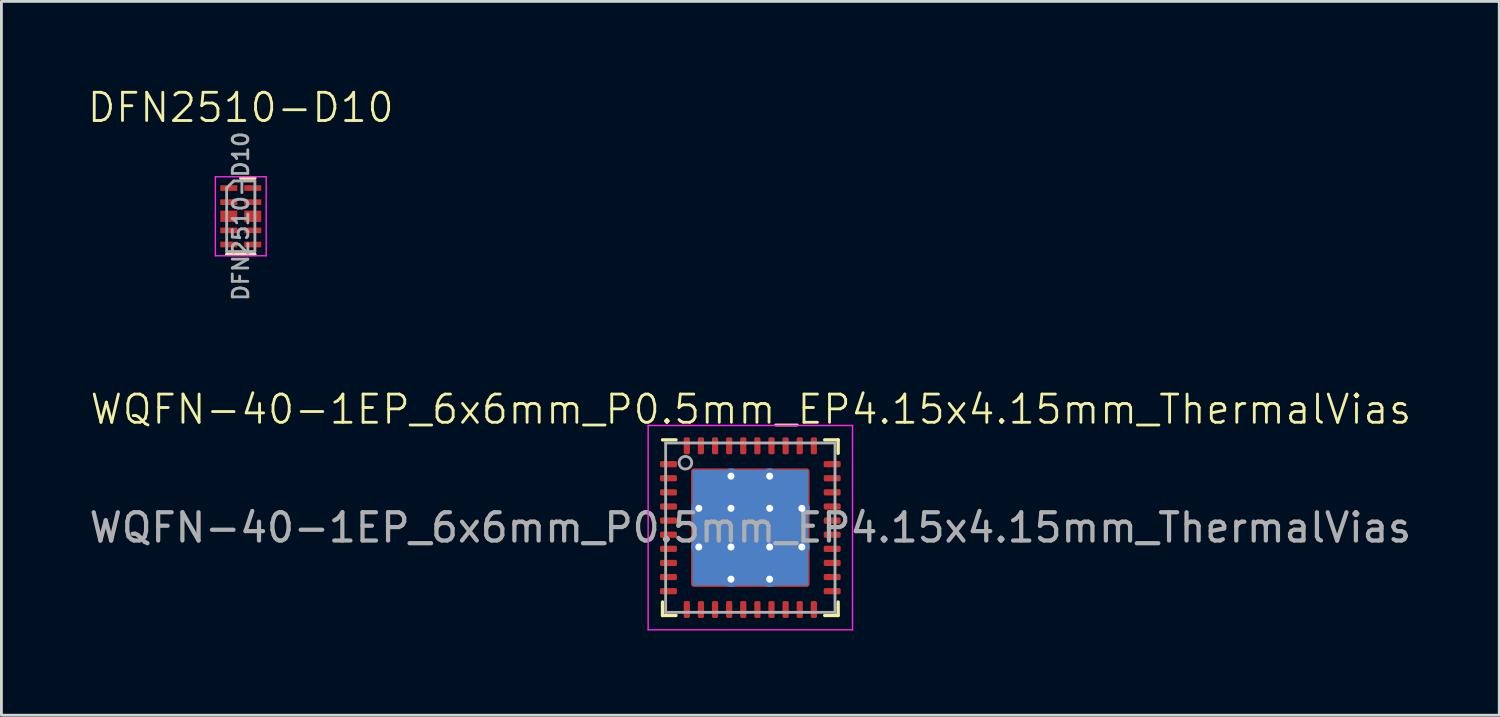
<source format=kicad_pcb>
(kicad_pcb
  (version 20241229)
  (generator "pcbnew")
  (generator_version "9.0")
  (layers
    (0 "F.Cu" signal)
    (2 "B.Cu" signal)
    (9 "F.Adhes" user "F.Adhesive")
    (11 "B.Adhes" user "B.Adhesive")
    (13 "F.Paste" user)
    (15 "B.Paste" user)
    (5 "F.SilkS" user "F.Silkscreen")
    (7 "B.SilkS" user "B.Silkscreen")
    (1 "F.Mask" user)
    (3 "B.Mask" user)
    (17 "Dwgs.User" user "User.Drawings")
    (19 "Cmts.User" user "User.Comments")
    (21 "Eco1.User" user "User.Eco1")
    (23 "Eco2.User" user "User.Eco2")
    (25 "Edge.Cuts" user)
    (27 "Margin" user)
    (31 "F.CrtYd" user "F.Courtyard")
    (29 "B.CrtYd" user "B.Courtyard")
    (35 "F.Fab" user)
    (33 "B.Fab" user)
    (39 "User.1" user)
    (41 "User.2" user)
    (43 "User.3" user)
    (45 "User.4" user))
  (footprint "WQFN-40-1EP_6x6mm_P0.5mm_EP4.15x4.15mm_ThermalVias"
    (layer "F.Cu")
    (at 23.53 15.642)
    (property "Reference" "WQFN-40-1EP_6x6mm_P0.5mm_EP4.15x4.15mm_ThermalVias" (at 0.02 -4.19 0) (unlocked yes) (layer "F.SilkS") (effects (font (size 1 1) (thickness 0.1))))
    (attr smd)
    (fp_line (start -3.11 3.11) (end -3.11 2.635) (stroke (width 0.12) (type solid)) (layer "F.SilkS"))
    (fp_line (start -2.635 -3.11) (end -3.11 -3.11) (stroke (width 0.12) (type solid)) (layer "F.SilkS"))
    (fp_line (start -2.635 3.11) (end -3.11 3.11) (stroke (width 0.12) (type solid)) (layer "F.SilkS"))
    (fp_line (start 2.635 -3.11) (end 3.11 -3.11) (stroke (width 0.12) (type solid)) (layer "F.SilkS"))
    (fp_line (start 2.635 3.11) (end 3.11 3.11) (stroke (width 0.12) (type solid)) (layer "F.SilkS"))
    (fp_line (start 3.11 -3.11) (end 3.11 -2.635) (stroke (width 0.12) (type solid)) (layer "F.SilkS"))
    (fp_line (start 3.11 3.11) (end 3.11 2.635) (stroke (width 0.12) (type solid)) (layer "F.SilkS"))
    (fp_line (start -3.62 -3.62) (end -3.62 3.62) (stroke (width 0.05) (type solid)) (layer "F.CrtYd"))
    (fp_line (start -3.62 3.62) (end 3.62 3.62) (stroke (width 0.05) (type solid)) (layer "F.CrtYd"))
    (fp_line (start 3.62 -3.62) (end -3.62 -3.62) (stroke (width 0.05) (type solid)) (layer "F.CrtYd"))
    (fp_line (start 3.62 3.62) (end 3.62 -3.62) (stroke (width 0.05) (type solid)) (layer "F.CrtYd"))
    (fp_line (start -3 -3) (end 3 -3) (stroke (width 0.1) (type solid)) (layer "F.Fab"))
    (fp_line (start -3 3) (end -3 -3) (stroke (width 0.1) (type solid)) (layer "F.Fab"))
    (fp_line (start 3 -3) (end 3 3) (stroke (width 0.1) (type solid)) (layer "F.Fab"))
    (fp_line (start 3 3) (end -3 3) (stroke (width 0.1) (type solid)) (layer "F.Fab"))
    (fp_circle (center -2.3 -2.3) (end -2.076 -2.3) (stroke (width 0.1) (type solid)) (fill no) (layer "F.Fab"))
    (fp_text user "${REFERENCE}" (at 0 0 0) (unlocked yes) (layer "F.Fab") (effects (font (size 1 1) (thickness 0.15))))
    (pad "" smd roundrect (at -1.37 -1.37) (size 1.15 1.15) (layers "F.Paste") (roundrect_rratio 0.2))
    (pad "" smd roundrect (at -1.37 0) (size 1.17 1.17) (layers "F.Paste") (roundrect_rratio 0.2))
    (pad "" smd roundrect (at -1.37 1.37) (size 1.15 1.15) (layers "F.Paste") (roundrect_rratio 0.2))
    (pad "" smd roundrect (at 0 -1.37) (size 1.15 1.15) (layers "F.Paste") (roundrect_rratio 0.2))
    (pad "" smd roundrect (at 0 0) (size 1.15 1.15) (layers "F.Paste") (roundrect_rratio 0.2))
    (pad "" smd roundrect (at 0 1.37) (size 1.15 1.15) (layers "F.Paste") (roundrect_rratio 0.2))
    (pad "" smd roundrect (at 1.37 -1.37) (size 1.15 1.15) (layers "F.Paste") (roundrect_rratio 0.2))
    (pad "" smd roundrect (at 1.37 0) (size 1.15 1.15) (layers "F.Paste") (roundrect_rratio 0.2))
    (pad "" smd roundrect (at 1.37 1.37) (size 1.15 1.15) (layers "F.Paste") (roundrect_rratio 0.2))
    (pad "1" smd roundrect (at -2.9 -2.25) (size 0.6 0.22) (layers "F.Cu" "F.Mask" "F.Paste") (roundrect_rratio 0.25))
    (pad "2" smd roundrect (at -2.9 -1.75) (size 0.6 0.22) (layers "F.Cu" "F.Mask" "F.Paste") (roundrect_rratio 0.25))
    (pad "3" smd roundrect (at -2.9 -1.25) (size 0.6 0.22) (layers "F.Cu" "F.Mask" "F.Paste") (roundrect_rratio 0.25))
    (pad "4" smd roundrect (at -2.9 -0.75) (size 0.6 0.22) (layers "F.Cu" "F.Mask" "F.Paste") (roundrect_rratio 0.25))
    (pad "5" smd roundrect (at -2.9 -0.25) (size 0.6 0.22) (layers "F.Cu" "F.Mask" "F.Paste") (roundrect_rratio 0.25))
    (pad "6" smd roundrect (at -2.9 0.25) (size 0.6 0.22) (layers "F.Cu" "F.Mask" "F.Paste") (roundrect_rratio 0.25))
    (pad "7" smd roundrect (at -2.9 0.75) (size 0.6 0.22) (layers "F.Cu" "F.Mask" "F.Paste") (roundrect_rratio 0.25))
    (pad "8" smd roundrect (at -2.9 1.25) (size 0.6 0.22) (layers "F.Cu" "F.Mask" "F.Paste") (roundrect_rratio 0.25))
    (pad "9" smd roundrect (at -2.9 1.75) (size 0.6 0.22) (layers "F.Cu" "F.Mask" "F.Paste") (roundrect_rratio 0.25))
    (pad "10" smd roundrect (at -2.9 2.25) (size 0.6 0.22) (layers "F.Cu" "F.Mask" "F.Paste") (roundrect_rratio 0.25))
    (pad "11" smd roundrect (at -2.25 2.9) (size 0.22 0.6) (layers "F.Cu" "F.Mask" "F.Paste") (roundrect_rratio 0.25))
    (pad "12" smd roundrect (at -1.75 2.9) (size 0.22 0.6) (layers "F.Cu" "F.Mask" "F.Paste") (roundrect_rratio 0.25))
    (pad "13" smd roundrect (at -1.25 2.9) (size 0.22 0.6) (layers "F.Cu" "F.Mask" "F.Paste") (roundrect_rratio 0.25))
    (pad "14" smd roundrect (at -0.75 2.9) (size 0.22 0.6) (layers "F.Cu" "F.Mask" "F.Paste") (roundrect_rratio 0.25))
    (pad "15" smd roundrect (at -0.25 2.9) (size 0.22 0.6) (layers "F.Cu" "F.Mask" "F.Paste") (roundrect_rratio 0.25))
    (pad "16" smd roundrect (at 0.25 2.9) (size 0.22 0.6) (layers "F.Cu" "F.Mask" "F.Paste") (roundrect_rratio 0.25))
    (pad "17" smd roundrect (at 0.75 2.9) (size 0.22 0.6) (layers "F.Cu" "F.Mask" "F.Paste") (roundrect_rratio 0.25))
    (pad "18" smd roundrect (at 1.25 2.9) (size 0.22 0.6) (layers "F.Cu" "F.Mask" "F.Paste") (roundrect_rratio 0.25))
    (pad "19" smd roundrect (at 1.75 2.9) (size 0.22 0.6) (layers "F.Cu" "F.Mask" "F.Paste") (roundrect_rratio 0.25))
    (pad "20" smd roundrect (at 2.25 2.9) (size 0.22 0.6) (layers "F.Cu" "F.Mask" "F.Paste") (roundrect_rratio 0.25))
    (pad "21" smd roundrect (at 2.9 2.25) (size 0.6 0.22) (layers "F.Cu" "F.Mask" "F.Paste") (roundrect_rratio 0.25))
    (pad "22" smd roundrect (at 2.9 1.75) (size 0.6 0.22) (layers "F.Cu" "F.Mask" "F.Paste") (roundrect_rratio 0.25))
    (pad "23" smd roundrect (at 2.9 1.25) (size 0.6 0.22) (layers "F.Cu" "F.Mask" "F.Paste") (roundrect_rratio 0.25))
    (pad "24" smd roundrect (at 2.9 0.75) (size 0.6 0.22) (layers "F.Cu" "F.Mask" "F.Paste") (roundrect_rratio 0.25))
    (pad "25" smd roundrect (at 2.9 0.25) (size 0.6 0.22) (layers "F.Cu" "F.Mask" "F.Paste") (roundrect_rratio 0.25))
    (pad "26" smd roundrect (at 2.9 -0.25) (size 0.6 0.22) (layers "F.Cu" "F.Mask" "F.Paste") (roundrect_rratio 0.25))
    (pad "27" smd roundrect (at 2.9 -0.75) (size 0.6 0.22) (layers "F.Cu" "F.Mask" "F.Paste") (roundrect_rratio 0.25))
    (pad "28" smd roundrect (at 2.9 -1.25) (size 0.6 0.22) (layers "F.Cu" "F.Mask" "F.Paste") (roundrect_rratio 0.25))
    (pad "29" smd roundrect (at 2.9 -1.75) (size 0.6 0.22) (layers "F.Cu" "F.Mask" "F.Paste") (roundrect_rratio 0.25))
    (pad "30" smd roundrect (at 2.9 -2.25) (size 0.6 0.22) (layers "F.Cu" "F.Mask" "F.Paste") (roundrect_rratio 0.25))
    (pad "31" smd roundrect (at 2.25 -2.9) (size 0.22 0.6) (layers "F.Cu" "F.Mask" "F.Paste") (roundrect_rratio 0.25))
    (pad "32" smd roundrect (at 1.75 -2.9) (size 0.22 0.6) (layers "F.Cu" "F.Mask" "F.Paste") (roundrect_rratio 0.25))
    (pad "33" smd roundrect (at 1.25 -2.9) (size 0.22 0.6) (layers "F.Cu" "F.Mask" "F.Paste") (roundrect_rratio 0.25))
    (pad "34" smd roundrect (at 0.75 -2.9) (size 0.22 0.6) (layers "F.Cu" "F.Mask" "F.Paste") (roundrect_rratio 0.25))
    (pad "35" smd roundrect (at 0.25 -2.9) (size 0.22 0.6) (layers "F.Cu" "F.Mask" "F.Paste") (roundrect_rratio 0.25))
    (pad "36" smd roundrect (at -0.25 -2.9) (size 0.22 0.6) (layers "F.Cu" "F.Mask" "F.Paste") (roundrect_rratio 0.25))
    (pad "37" smd roundrect (at -0.75 -2.9) (size 0.22 0.6) (layers "F.Cu" "F.Mask" "F.Paste") (roundrect_rratio 0.25))
    (pad "38" smd roundrect (at -1.25 -2.9) (size 0.22 0.6) (layers "F.Cu" "F.Mask" "F.Paste") (roundrect_rratio 0.25))
    (pad "39" smd roundrect (at -1.75 -2.9) (size 0.22 0.6) (layers "F.Cu" "F.Mask" "F.Paste") (roundrect_rratio 0.25))
    (pad "40" smd roundrect (at -2.25 -2.9) (size 0.22 0.6) (layers "F.Cu" "F.Mask" "F.Paste") (roundrect_rratio 0.25))
    (pad "41" thru_hole circle (at -1.825 -0.685) (size 0.55 0.55) (drill 0.25) (layers "*.Cu"))
    (pad "41" thru_hole circle (at -1.825 0.685) (size 0.55 0.55) (drill 0.25) (layers "*.Cu"))
    (pad "41" thru_hole circle (at -0.685 -1.825) (size 0.55 0.55) (drill 0.25) (layers "*.Cu"))
    (pad "41" thru_hole circle (at -0.685 -0.685) (size 0.55 0.55) (drill 0.25) (layers "*.Cu"))
    (pad "41" thru_hole circle (at -0.685 0.685) (size 0.55 0.55) (drill 0.25) (layers "*.Cu"))
    (pad "41" thru_hole circle (at -0.685 1.825) (size 0.55 0.55) (drill 0.25) (layers "*.Cu"))
    (pad "41" smd rect (at 0 0) (size 4.1 4.1) (layers "B.Cu"))
    (pad "41" smd roundrect (at 0 0) (size 4.2 4.2) (layers "F.Cu" "F.Mask") (roundrect_rratio 0.025))
    (pad "41" thru_hole circle (at 0.685 -1.825) (size 0.55 0.55) (drill 0.25) (layers "*.Cu"))
    (pad "41" thru_hole circle (at 0.685 -0.685) (size 0.55 0.55) (drill 0.25) (layers "*.Cu"))
    (pad "41" thru_hole circle (at 0.685 0.685) (size 0.55 0.55) (drill 0.25) (layers "*.Cu"))
    (pad "41" thru_hole circle (at 0.685 1.825) (size 0.55 0.55) (drill 0.25) (layers "*.Cu"))
    (pad "41" thru_hole circle (at 1.825 -0.685) (size 0.55 0.55) (drill 0.25) (layers "*.Cu"))
    (pad "41" thru_hole circle (at 1.825 0.685) (size 0.55 0.55) (drill 0.25) (layers "*.Cu")))
  (footprint "DFN2510-D10"
    (layer "F.Cu")
    (at 5.479 4.611)
    (property "Reference" "DFN2510-D10" (at 0 -3.85 0) (unlocked yes) (layer "F.SilkS") (effects (font (size 1 1) (thickness 0.1))))
    (attr smd)
    (fp_line (start 0.5 -1.35) (end 0 -1.35) (stroke (width 0.12) (type solid)) (layer "F.SilkS"))
    (fp_line (start 0.5 1.35) (end -0.5 1.35) (stroke (width 0.12) (type solid)) (layer "F.SilkS"))
    (fp_line (start -0.9 -1.4) (end 0.9 -1.4) (stroke (width 0.05) (type solid)) (layer "F.CrtYd"))
    (fp_line (start -0.9 1.4) (end -0.9 -1.4) (stroke (width 0.05) (type solid)) (layer "F.CrtYd"))
    (fp_line (start 0.9 -1.4) (end 0.9 1.4) (stroke (width 0.05) (type solid)) (layer "F.CrtYd"))
    (fp_line (start 0.9 1.4) (end -0.9 1.4) (stroke (width 0.05) (type solid)) (layer "F.CrtYd"))
    (fp_line (start -0.5 -1) (end -0.5 1.25) (stroke (width 0.1) (type solid)) (layer "F.Fab"))
    (fp_line (start -0.5 1.25) (end 0.5 1.25) (stroke (width 0.1) (type solid)) (layer "F.Fab"))
    (fp_line (start -0.25 -1.25) (end -0.5 -1) (stroke (width 0.1) (type solid)) (layer "F.Fab"))
    (fp_line (start 0.5 -1.25) (end -0.25 -1.25) (stroke (width 0.1) (type solid)) (layer "F.Fab"))
    (fp_line (start 0.5 -1.25) (end 0.5 1.25) (stroke (width 0.1) (type solid)) (layer "F.Fab"))
    (fp_text user "${REFERENCE}" (at 0 0 90) (layer "F.Fab") (effects (font (size 0.55 0.55) (thickness 0.1))))
    (pad "1" smd rect (at -0.425 -1 270) (size 0.2 0.6) (layers "F.Cu" "F.Mask" "F.Paste"))
    (pad "2" smd rect (at -0.425 -0.5 270) (size 0.2 0.6) (layers "F.Cu" "F.Mask" "F.Paste"))
    (pad "3" smd rect (at -0.425 0 270) (size 0.4 0.6) (layers "F.Cu" "F.Mask" "F.Paste"))
    (pad "4" smd rect (at -0.425 0.5 270) (size 0.2 0.6) (layers "F.Cu" "F.Mask" "F.Paste"))
    (pad "5" smd rect (at -0.425 1 270) (size 0.2 0.6) (layers "F.Cu" "F.Mask" "F.Paste"))
    (pad "6" smd rect (at 0.425 1 270) (size 0.2 0.6) (layers "F.Cu" "F.Mask" "F.Paste"))
    (pad "7" smd rect (at 0.425 0.5 270) (size 0.2 0.6) (layers "F.Cu" "F.Mask" "F.Paste"))
    (pad "8" smd rect (at 0.425 0 270) (size 0.4 0.6) (layers "F.Cu" "F.Mask" "F.Paste"))
    (pad "9" smd rect (at 0.425 -0.5 270) (size 0.2 0.6) (layers "F.Cu" "F.Mask" "F.Paste"))
    (pad "10" smd rect (at 0.425 -1 270) (size 0.2 0.6) (layers "F.Cu" "F.Mask" "F.Paste")))
  (gr_rect
    (start -3 -3)
    (end 50.06 22.287)
    (stroke (width 0.1) (type default))
    (fill no)
    (layer "Edge.Cuts")))
</source>
